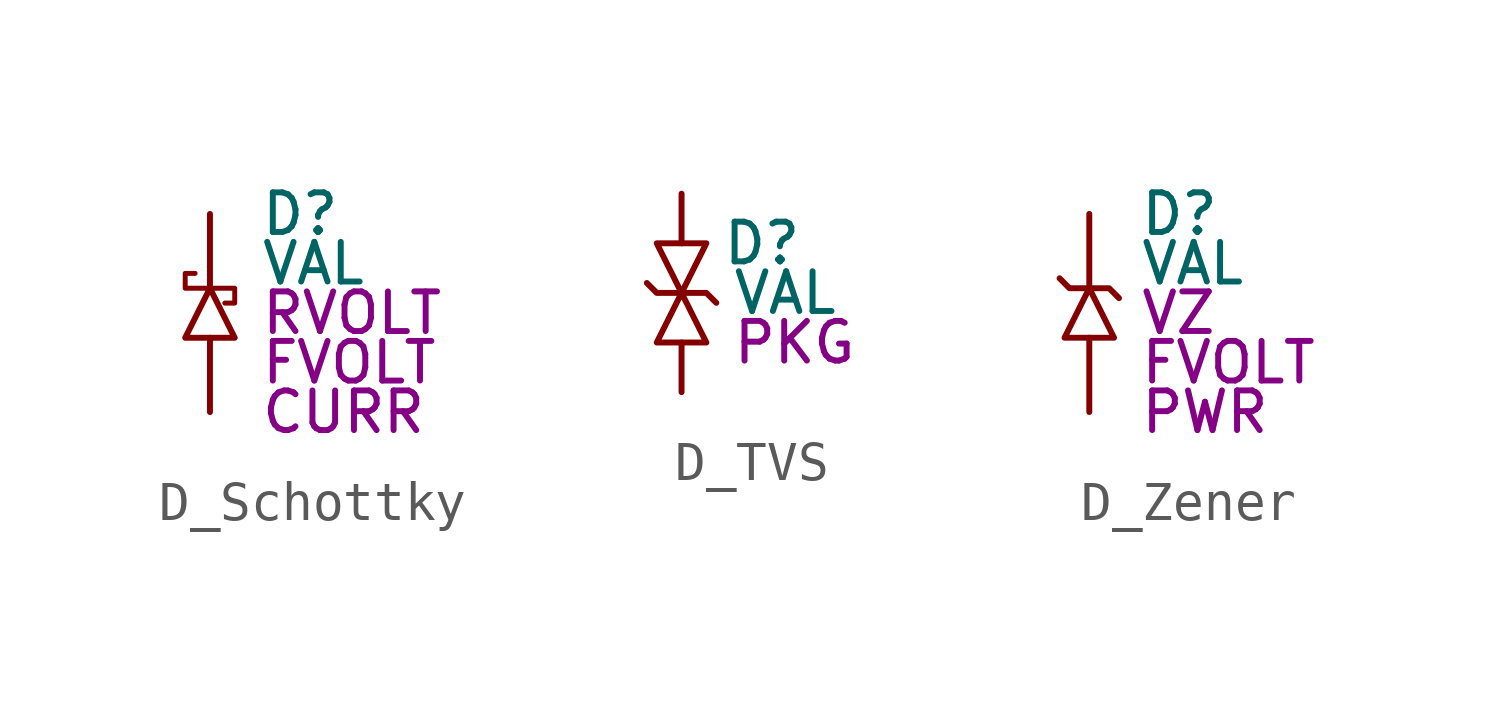
<source format=kicad_sym>
(kicad_symbol_lib
  (version 20241209)
  (generator "kicad_symbol_editor")
  (generator_version "9.0")
  (symbol "D_Schottky"
    (pin_numbers
      (hide yes))
    (property "Reference" "D"
      (at 1.27 2.54 0)
      (do_not_autoplace)
      (effects (font (size 1.016 1.016)) (justify left)))
    (property "Value" "VAL"
      (at 1.27 1.27 0)
      (do_not_autoplace)
      (effects (font (size 1.016 1.016)) (justify left)))
    (property "Reverse Voltage" "RVOLT"
      (at 1.27 0 0)
      (do_not_autoplace)
      (effects (font (size 1.016 1.016)) (justify left)))
    (property "Forward Voltage" "FVOLT"
      (at 1.27 -1.27 0)
      (do_not_autoplace)
      (effects (font (size 1.016 1.016)) (justify left)))
    (property "Current" "CURR"
      (at 1.27 -2.54 0)
      (do_not_autoplace)
      (effects (font (size 1.016 1.016)) (justify left)))
    (symbol "D_Schottky_1_0"
      (pin passive line (at 0 2.54 270) (length 1.905) (name "" (effects (font (size 1.27 1.27)))) (number "2" (effects (font (size 1.27 1.27)))))
      (pin passive line (at 0 -2.54 90) (length 1.905) (name "" (effects (font (size 1.27 1.27)))) (number "1" (effects (font (size 1.27 1.27))))))
    (symbol "D_Schottky_1_1"
      (polyline (pts (xy -0.635 -0.635) (xy 0.635 -0.635) (xy 0 0.635) (xy -0.635 -0.635)) (stroke (width 0.152) (type default)) (fill (type none)))
      (polyline (pts (xy 0 0.635) (xy -0.635 0.635) (xy -0.635 0.889) (xy -0.635 1.016) (xy -0.381 1.016)) (stroke (width 0.127) (type default)) (fill (type none)))
      (polyline (pts (xy 0 0.635) (xy 0.635 0.635) (xy 0.635 0.381) (xy 0.635 0.254) (xy 0.381 0.254)) (stroke (width 0.127) (type default)) (fill (type none)))))
  (symbol "D_TVS"
    (pin_numbers
      (hide yes))
    (property "Reference" "D"
      (at 1.016 1.27 0)
      (do_not_autoplace)
      (effects (font (size 1.016 1.016)) (justify left)))
    (property "Value" "VAL"
      (at 1.27 0 0)
      (do_not_autoplace)
      (effects (font (size 1.016 1.016)) (justify left)))
    (property "Package" "PKG"
      (at 1.27 -1.27 0)
      (do_not_autoplace)
      (effects (font (size 1.016 1.016)) (justify left)))
    (symbol "D_TVS_0_1"
      (polyline (pts (xy 0 0) (xy -0.635 0) (xy -0.889 0.254)) (stroke (width 0) (type default)) (fill (type none)))
      (polyline (pts (xy 0 0) (xy 0.635 0) (xy 0.889 -0.254)) (stroke (width 0) (type default)) (fill (type none))))
    (symbol "D_TVS_1_0"
      (pin passive line (at 0 2.54 270) (length 1.27) (name "" (effects (font (size 1.27 1.27)))) (number "2" (effects (font (size 1.27 1.27)))))
      (pin passive line (at 0 -2.54 90) (length 1.27) (name "" (effects (font (size 1.27 1.27)))) (number "1" (effects (font (size 1.27 1.27))))))
    (symbol "D_TVS_1_1"
      (polyline (pts (xy -0.635 -1.27) (xy 0.635 -1.27) (xy 0 0) (xy -0.635 -1.27)) (stroke (width 0.152) (type default)) (fill (type none)))
      (polyline (pts (xy 0.635 1.27) (xy -0.635 1.27) (xy 0 0) (xy 0.635 1.27)) (stroke (width 0.152) (type default)) (fill (type none)))))
  (symbol "D_Zener"
    (pin_numbers
      (hide yes))
    (property "Reference" "D"
      (at 1.27 2.54 0)
      (do_not_autoplace)
      (effects (font (size 1.016 1.016)) (justify left)))
    (property "Value" "VAL"
      (at 1.27 1.27 0)
      (do_not_autoplace)
      (effects (font (size 1.016 1.016)) (justify left)))
    (property "Zener Voltage" "VZ"
      (at 1.27 0 0)
      (do_not_autoplace)
      (effects (font (size 1.016 1.016)) (justify left)))
    (property "Forward Voltage" "FVOLT"
      (at 1.27 -1.27 0)
      (do_not_autoplace)
      (effects (font (size 1.016 1.016)) (justify left)))
    (property "Power Rating" "PWR"
      (at 1.27 -2.54 0)
      (do_not_autoplace)
      (effects (font (size 1.016 1.016)) (justify left)))
    (symbol "D_Zener_0_1"
      (polyline (pts (xy 0 0.635) (xy -0.508 0.635) (xy -0.762 0.889)) (stroke (width 0) (type default)) (fill (type none)))
      (polyline (pts (xy 0 0.635) (xy 0.508 0.635) (xy 0.762 0.381)) (stroke (width 0) (type default)) (fill (type none))))
    (symbol "D_Zener_1_0"
      (pin passive line (at 0 2.54 270) (length 1.905) (name "" (effects (font (size 1.27 1.27)))) (number "2" (effects (font (size 1.27 1.27)))))
      (pin passive line (at 0 -2.54 90) (length 1.905) (name "" (effects (font (size 1.27 1.27)))) (number "1" (effects (font (size 1.27 1.27))))))
    (symbol "D_Zener_1_1"
      (polyline (pts (xy -0.635 -0.635) (xy 0.635 -0.635) (xy 0 0.635) (xy -0.635 -0.635)) (stroke (width 0.152) (type default)) (fill (type none))))))
</source>
